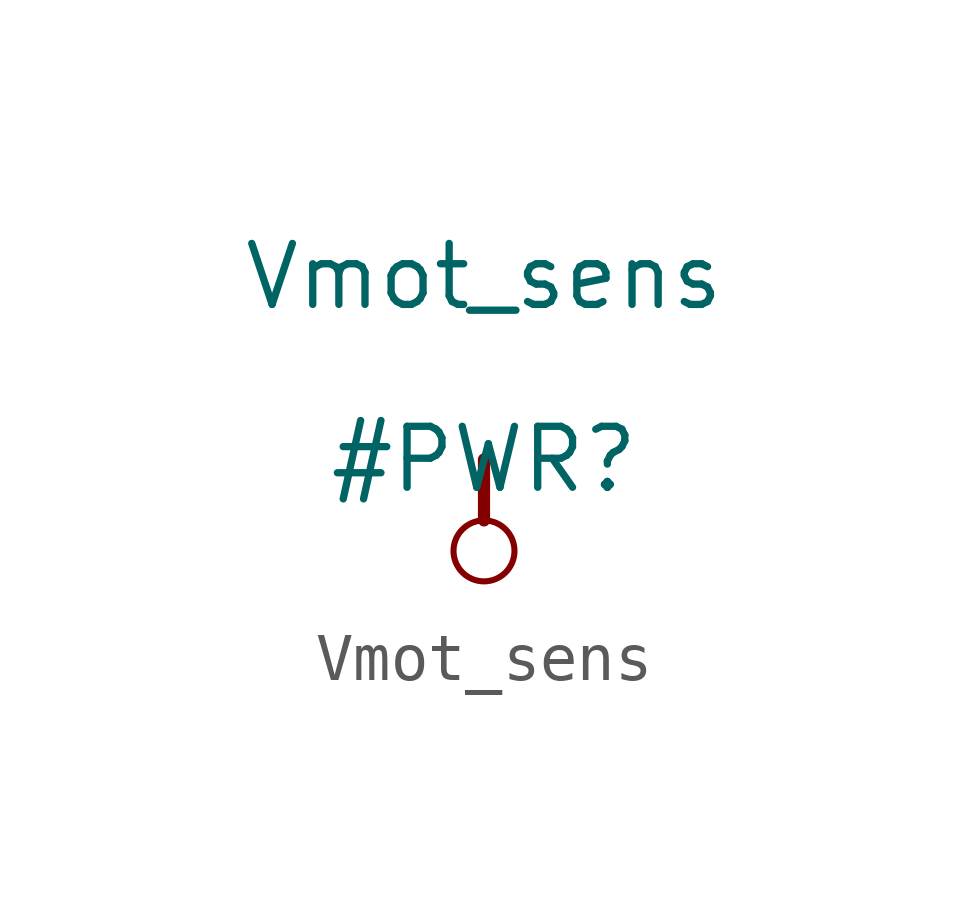
<source format=kicad_sym>
(kicad_symbol_lib
  (version 20211014)
  (generator kicad_symbol_editor)
  (symbol "Vmot_sens"
    (power)
    (property "Reference" "#PWR"
      (at 0 0 0)
      (effects (font (size 1.27 1.27))))
    (property "Value" "Vmot_sens"
      (at 0 3.81 0)
      (effects (font (size 1.27 1.27))))
    (symbol "Vmot_sens_0_0"
      (circle (center 0 -1.905) (radius 0.635) (stroke (width 0.127) (type default) (color 0 0 0 0)) (fill (type none)))
      (polyline (pts (xy 0 0) (xy 0 -1.27)) (stroke (width 0.254) (type default) (color 0 0 0 0)) (fill (type none)))
      (pin power_in line (at 0 0 0) (length 0) hide (name "Vmot_sens" (effects (font (size 1.27 1.27)))) (number "" (effects (font (size 1.27 1.27))))))))
</source>
